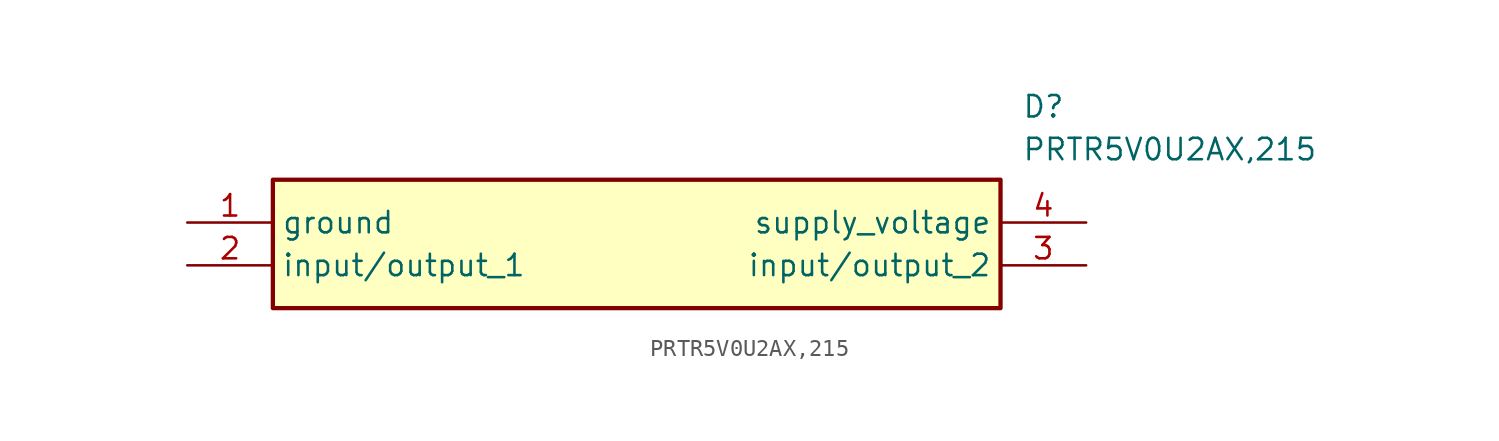
<source format=kicad_sym>
(kicad_symbol_lib
  (version 20211014)
  (generator SamacSys_ECAD_Model)
  (symbol "PRTR5V0U2AX,215"
    (property "Reference" "D"
      (at 49.53 7.62 0)
      (effects (font (size 1.27 1.27)) (justify left top)))
    (property "Value" "PRTR5V0U2AX,215"
      (at 49.53 5.08 0)
      (effects (font (size 1.27 1.27)) (justify left top)))
    (rectangle
      (start 5.08 2.54)
      (end 48.26 -5.08)
      (stroke (width 0.254) (type default))
      (fill (type background)))
    (pin passive line
      (at 0 0 0)
      (length 5.08)
      (name "ground" (effects (font (size 1.27 1.27))))
      (number "1" (effects (font (size 1.27 1.27)))))
    (pin passive line
      (at 0 -2.54 0)
      (length 5.08)
      (name "input/output_1" (effects (font (size 1.27 1.27))))
      (number "2" (effects (font (size 1.27 1.27)))))
    (pin passive line
      (at 53.34 -2.54 180)
      (length 5.08)
      (name "input/output_2" (effects (font (size 1.27 1.27))))
      (number "3" (effects (font (size 1.27 1.27)))))
    (pin passive line
      (at 53.34 0 180)
      (length 5.08)
      (name "supply_voltage" (effects (font (size 1.27 1.27))))
      (number "4" (effects (font (size 1.27 1.27)))))))
</source>
